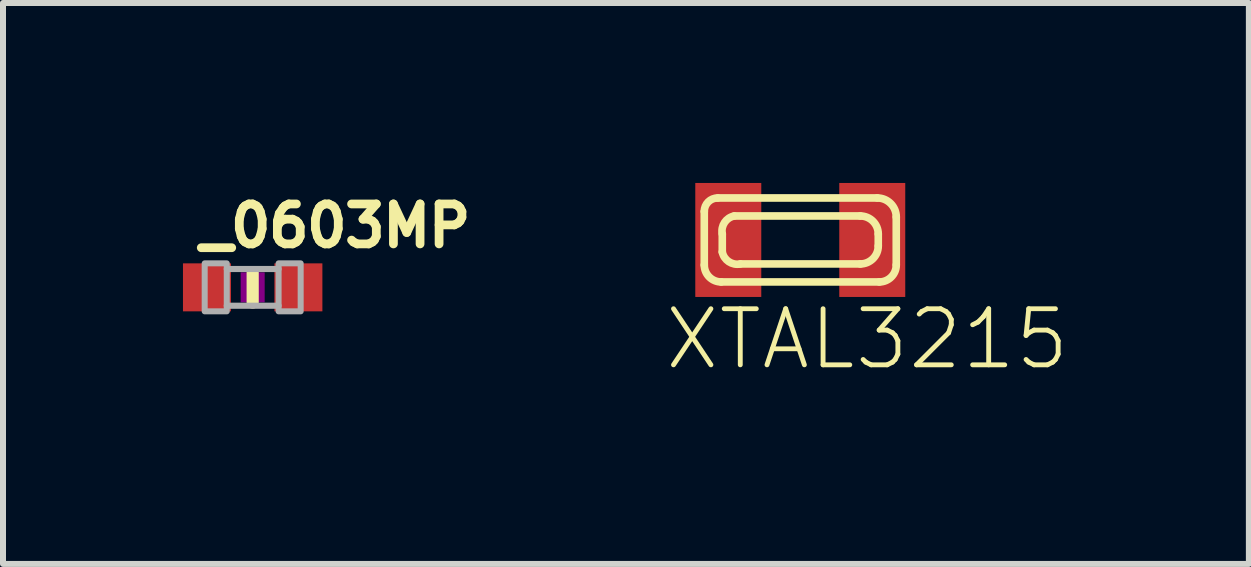
<source format=kicad_pcb>
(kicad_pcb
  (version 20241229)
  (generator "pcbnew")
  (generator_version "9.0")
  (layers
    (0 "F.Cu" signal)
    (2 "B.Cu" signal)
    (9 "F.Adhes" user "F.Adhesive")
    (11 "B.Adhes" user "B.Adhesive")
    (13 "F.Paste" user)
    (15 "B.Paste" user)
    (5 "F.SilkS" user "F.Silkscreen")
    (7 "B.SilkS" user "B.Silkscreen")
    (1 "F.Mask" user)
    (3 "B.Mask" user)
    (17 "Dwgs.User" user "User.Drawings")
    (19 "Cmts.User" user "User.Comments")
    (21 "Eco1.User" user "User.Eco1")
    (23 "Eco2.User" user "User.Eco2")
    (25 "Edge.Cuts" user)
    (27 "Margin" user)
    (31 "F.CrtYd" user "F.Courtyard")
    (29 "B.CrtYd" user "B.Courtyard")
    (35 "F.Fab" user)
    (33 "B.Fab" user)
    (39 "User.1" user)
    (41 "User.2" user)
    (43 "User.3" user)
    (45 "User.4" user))
  (footprint "_0603MP"
    (layer "F.Cu")
    (at 1.162 1.74)
    (property "Reference" "_0603MP" (at -0.953 -0.635 0) (layer "F.SilkS") (effects (font (size 0.666 0.666) (thickness 0.146)) (justify left bottom)))
    (fp_line (start 0 -0.254) (end 0 0.254) (stroke (width 0.203) (type solid)) (layer "F.SilkS"))
    (fp_poly (pts (xy -0.2 0.25) (xy 0.2 0.25) (xy 0.2 -0.25) (xy -0.2 -0.25)) (stroke (width 0) (type solid)) (fill yes) (layer "F.Adhes"))
    (fp_line (start -0.432 0.306) (end 0.432 0.306) (stroke (width 0.102) (type solid)) (layer "F.Fab"))
    (fp_line (start 0.432 -0.306) (end -0.432 -0.306) (stroke (width 0.102) (type solid)) (layer "F.Fab"))
    (fp_poly (pts (xy -0.8 0.4) (xy -0.432 0.4) (xy -0.432 -0.4) (xy -0.8 -0.4)) (stroke (width 0.1) (type solid)) (fill no) (layer "F.Fab"))
    (fp_poly (pts (xy 0.432 0.4) (xy 0.8 0.4) (xy 0.8 -0.4) (xy 0.432 -0.4)) (stroke (width 0.1) (type solid)) (fill no) (layer "F.Fab"))
    (pad "1" smd rect (at -0.762 0) (size 0.8 0.8) (layers "F.Cu" "F.Mask" "F.Paste"))
    (pad "2" smd rect (at 0.762 0) (size 0.8 0.8) (layers "F.Cu" "F.Mask" "F.Paste")))
  (footprint "XTAL3215"
    (layer "F.Cu")
    (at 10.29 0.95)
    (property "Reference" "XTAL3215" (at -2.3 2.2 0) (layer "F.SilkS") (effects (font (size 0.935 0.935) (thickness 0.081)) (justify left bottom)))
    (fp_line (start -1.6 0.417) (end -1.6 -0.476) (stroke (width 0.127) (type solid)) (layer "F.SilkS"))
    (fp_line (start -1.376 -0.7) (end 1.284 -0.7) (stroke (width 0.127) (type solid)) (layer "F.SilkS"))
    (fp_line (start -1.3 0.2) (end -1.3 -0.1) (stroke (width 0.127) (type solid)) (layer "F.SilkS"))
    (fp_line (start -1.1 -0.4) (end 1 -0.4) (stroke (width 0.127) (type solid)) (layer "F.SilkS"))
    (fp_line (start 1 0.4) (end -1 0.4) (stroke (width 0.127) (type solid)) (layer "F.SilkS"))
    (fp_line (start 1.3 -0.1) (end 1.3 0.1) (stroke (width 0.127) (type solid)) (layer "F.SilkS"))
    (fp_line (start 1.317 0.7) (end -1.317 0.7) (stroke (width 0.127) (type solid)) (layer "F.SilkS"))
    (fp_line (start 1.6 -0.384) (end 1.6 0.417) (stroke (width 0.127) (type solid)) (layer "F.SilkS"))
    (fp_arc (start -1.6 -0.4764) (mid -1.534509 -0.634509) (end -1.3764 -0.7) (stroke (width 0.127) (type solid)) (layer "F.SilkS"))
    (fp_arc (start -1.3172 0.7) (mid -1.51717 0.61717) (end -1.6 0.4172) (stroke (width 0.127) (type solid)) (layer "F.SilkS"))
    (fp_arc (start -1.3 -0.1) (mid -1.262161 -0.291441) (end -1.099999 -0.399999) (stroke (width 0.127) (type solid)) (layer "F.SilkS"))
    (fp_arc (start -1 0.4) (mid -1.191422 0.362132) (end -1.300001 0.199999) (stroke (width 0.127) (type solid)) (layer "F.SilkS"))
    (fp_arc (start 1 -0.4) (mid 1.212103 -0.312103) (end 1.3 -0.1) (stroke (width 0.127) (type solid)) (layer "F.SilkS"))
    (fp_arc (start 1.2838 -0.7) (mid 1.507387 -0.607387) (end 1.6 -0.3838) (stroke (width 0.127) (type solid)) (layer "F.SilkS"))
    (fp_arc (start 1.3 0.1) (mid 1.212131 0.312132) (end 0.999999 0.399999) (stroke (width 0.127) (type solid)) (layer "F.SilkS"))
    (fp_arc (start 1.6 0.4172) (mid 1.51717 0.61717) (end 1.3172 0.7) (stroke (width 0.127) (type solid)) (layer "F.SilkS"))
    (pad "P$1" smd rect (at 1.2 0) (size 1.1 1.9) (layers "F.Cu" "F.Mask" "F.Paste"))
    (pad "P$2" smd rect (at -1.2 0 180) (size 1.1 1.9) (layers "F.Cu" "F.Mask" "F.Paste")))
  (gr_rect
    (start -3 -3)
    (end 17.768 6.35)
    (stroke (width 0.1) (type default))
    (fill no)
    (layer "Edge.Cuts")))
</source>
